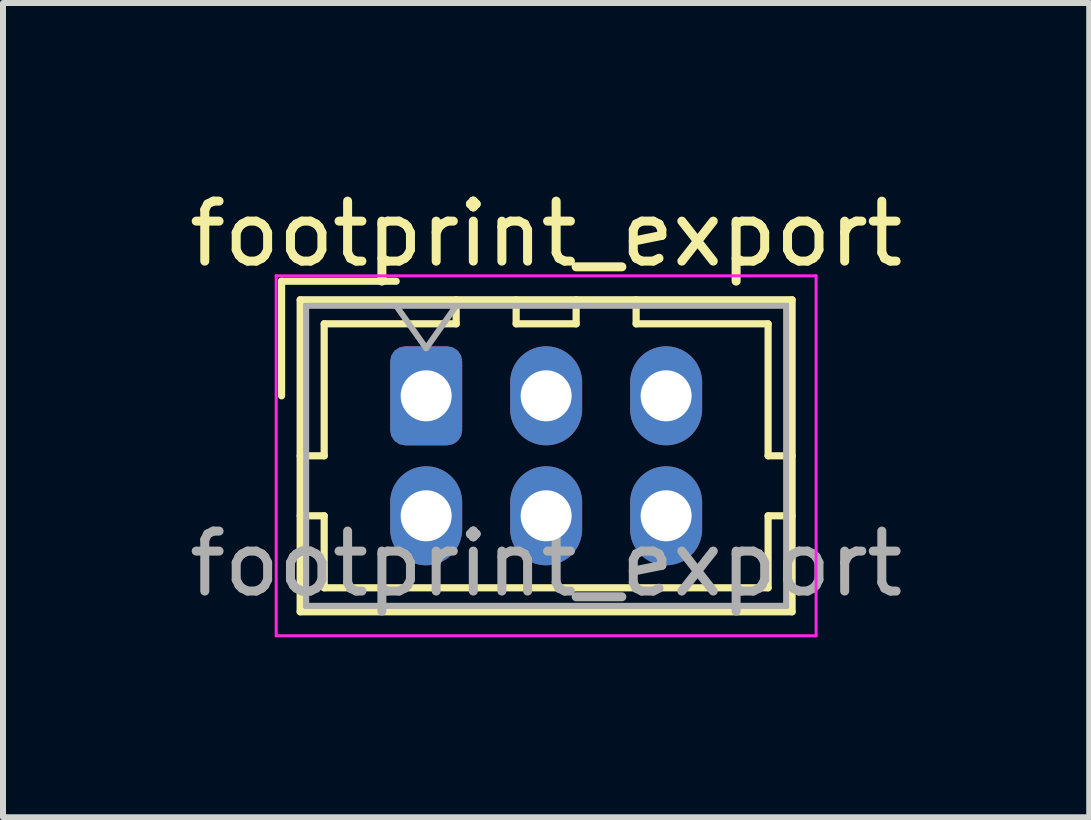
<source format=kicad_pcb>
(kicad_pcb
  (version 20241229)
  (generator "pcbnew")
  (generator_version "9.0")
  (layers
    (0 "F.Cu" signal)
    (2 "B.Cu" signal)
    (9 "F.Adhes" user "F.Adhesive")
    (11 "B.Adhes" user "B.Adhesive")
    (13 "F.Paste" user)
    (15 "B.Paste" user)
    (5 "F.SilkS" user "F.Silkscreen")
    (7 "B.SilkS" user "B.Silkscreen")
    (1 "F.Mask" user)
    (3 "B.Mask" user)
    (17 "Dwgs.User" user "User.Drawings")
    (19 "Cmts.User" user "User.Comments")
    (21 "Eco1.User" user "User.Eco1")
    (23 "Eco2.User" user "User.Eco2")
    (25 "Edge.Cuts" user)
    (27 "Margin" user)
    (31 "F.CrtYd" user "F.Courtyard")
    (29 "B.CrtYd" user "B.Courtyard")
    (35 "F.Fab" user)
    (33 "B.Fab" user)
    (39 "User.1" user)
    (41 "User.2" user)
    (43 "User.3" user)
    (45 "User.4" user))
  (footprint "footprint_export"
    (layer "F.Cu")
    (at 4.054 3.548)
    (property "Reference" "footprint_export" (at 2 -2.7 0) (layer "F.SilkS") (effects (font (size 1 1) (thickness 0.15))))
    (attr through_hole)
    (fp_line (start -2.41 -1.91) (end -0.5 -1.91) (stroke (width 0.12) (type solid)) (layer "F.SilkS"))
    (fp_line (start -2.41 0) (end -2.41 -1.91) (stroke (width 0.12) (type solid)) (layer "F.SilkS"))
    (fp_line (start -2.1 -1.6) (end -2.1 3.6) (stroke (width 0.12) (type solid)) (layer "F.SilkS"))
    (fp_line (start -2.1 1) (end -1.7 1) (stroke (width 0.12) (type solid)) (layer "F.SilkS"))
    (fp_line (start -2.1 2) (end -1.7 2) (stroke (width 0.12) (type solid)) (layer "F.SilkS"))
    (fp_line (start -2.1 3.6) (end 6.1 3.6) (stroke (width 0.12) (type solid)) (layer "F.SilkS"))
    (fp_line (start -1.7 -1.2) (end 0.5 -1.2) (stroke (width 0.12) (type solid)) (layer "F.SilkS"))
    (fp_line (start -1.7 1) (end -1.7 -1.2) (stroke (width 0.12) (type solid)) (layer "F.SilkS"))
    (fp_line (start -1.7 2) (end -1.7 3.2) (stroke (width 0.12) (type solid)) (layer "F.SilkS"))
    (fp_line (start -1.7 3.2) (end 5.7 3.2) (stroke (width 0.12) (type solid)) (layer "F.SilkS"))
    (fp_line (start 0.5 -1.2) (end 0.5 -1.6) (stroke (width 0.12) (type solid)) (layer "F.SilkS"))
    (fp_line (start 1.5 -1.6) (end 1.5 -1.2) (stroke (width 0.12) (type solid)) (layer "F.SilkS"))
    (fp_line (start 1.5 -1.2) (end 2.5 -1.2) (stroke (width 0.12) (type solid)) (layer "F.SilkS"))
    (fp_line (start 2.5 -1.2) (end 2.5 -1.6) (stroke (width 0.12) (type solid)) (layer "F.SilkS"))
    (fp_line (start 3.5 -1.2) (end 3.5 -1.6) (stroke (width 0.12) (type solid)) (layer "F.SilkS"))
    (fp_line (start 5.7 -1.2) (end 3.5 -1.2) (stroke (width 0.12) (type solid)) (layer "F.SilkS"))
    (fp_line (start 5.7 1) (end 5.7 -1.2) (stroke (width 0.12) (type solid)) (layer "F.SilkS"))
    (fp_line (start 5.7 2) (end 6.1 2) (stroke (width 0.12) (type solid)) (layer "F.SilkS"))
    (fp_line (start 5.7 3.2) (end 5.7 2) (stroke (width 0.12) (type solid)) (layer "F.SilkS"))
    (fp_line (start 6.1 -1.6) (end -2.1 -1.6) (stroke (width 0.12) (type solid)) (layer "F.SilkS"))
    (fp_line (start 6.1 1) (end 5.7 1) (stroke (width 0.12) (type solid)) (layer "F.SilkS"))
    (fp_line (start 6.1 3.6) (end 6.1 -1.6) (stroke (width 0.12) (type solid)) (layer "F.SilkS"))
    (fp_line (start -2.5 -2) (end -2.5 4) (stroke (width 0.05) (type solid)) (layer "F.CrtYd"))
    (fp_line (start -2.5 4) (end 6.5 4) (stroke (width 0.05) (type solid)) (layer "F.CrtYd"))
    (fp_line (start 6.5 -2) (end -2.5 -2) (stroke (width 0.05) (type solid)) (layer "F.CrtYd"))
    (fp_line (start 6.5 4) (end 6.5 -2) (stroke (width 0.05) (type solid)) (layer "F.CrtYd"))
    (fp_line (start -2 -1.5) (end -2 3.5) (stroke (width 0.1) (type solid)) (layer "F.Fab"))
    (fp_line (start -2 3.5) (end 6 3.5) (stroke (width 0.1) (type solid)) (layer "F.Fab"))
    (fp_line (start -0.5 -1.5) (end 0 -0.793) (stroke (width 0.1) (type solid)) (layer "F.Fab"))
    (fp_line (start 0 -0.793) (end 0.5 -1.5) (stroke (width 0.1) (type solid)) (layer "F.Fab"))
    (fp_line (start 6 -1.5) (end -2 -1.5) (stroke (width 0.1) (type solid)) (layer "F.Fab"))
    (fp_line (start 6 3.5) (end 6 -1.5) (stroke (width 0.1) (type solid)) (layer "F.Fab"))
    (fp_text user "${REFERENCE}" (at 2 2.8 0) (layer "F.Fab") (effects (font (size 1 1) (thickness 0.15))))
    (pad "1" thru_hole roundrect (at 0 0) (size 1.2 1.65) (drill 0.85) (layers "*.Cu" "*.Mask") (roundrect_rratio 0.208))
    (pad "2" thru_hole oval (at 0 2) (size 1.2 1.65) (drill 0.85) (layers "*.Cu" "*.Mask"))
    (pad "3" thru_hole oval (at 2 0) (size 1.2 1.65) (drill 0.85) (layers "*.Cu" "*.Mask"))
    (pad "4" thru_hole oval (at 2 2) (size 1.2 1.65) (drill 0.85) (layers "*.Cu" "*.Mask"))
    (pad "5" thru_hole oval (at 4 0) (size 1.2 1.65) (drill 0.85) (layers "*.Cu" "*.Mask"))
    (pad "6" thru_hole oval (at 4 2) (size 1.2 1.65) (drill 0.85) (layers "*.Cu" "*.Mask")))
  (gr_rect
    (start -3 -3)
    (end 15.107 10.573)
    (stroke (width 0.1) (type default))
    (fill no)
    (layer "Edge.Cuts")))
</source>
